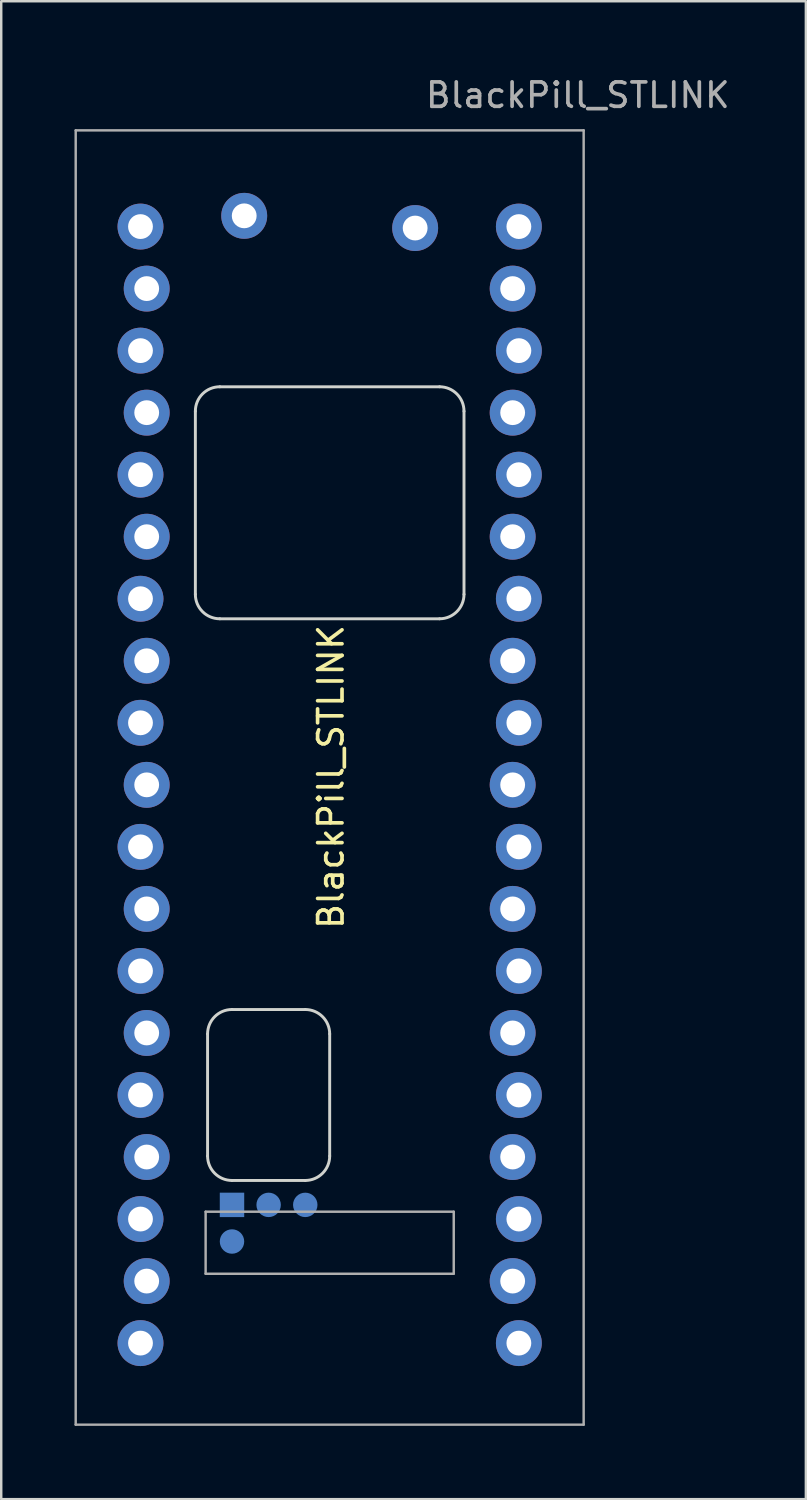
<source format=kicad_pcb>
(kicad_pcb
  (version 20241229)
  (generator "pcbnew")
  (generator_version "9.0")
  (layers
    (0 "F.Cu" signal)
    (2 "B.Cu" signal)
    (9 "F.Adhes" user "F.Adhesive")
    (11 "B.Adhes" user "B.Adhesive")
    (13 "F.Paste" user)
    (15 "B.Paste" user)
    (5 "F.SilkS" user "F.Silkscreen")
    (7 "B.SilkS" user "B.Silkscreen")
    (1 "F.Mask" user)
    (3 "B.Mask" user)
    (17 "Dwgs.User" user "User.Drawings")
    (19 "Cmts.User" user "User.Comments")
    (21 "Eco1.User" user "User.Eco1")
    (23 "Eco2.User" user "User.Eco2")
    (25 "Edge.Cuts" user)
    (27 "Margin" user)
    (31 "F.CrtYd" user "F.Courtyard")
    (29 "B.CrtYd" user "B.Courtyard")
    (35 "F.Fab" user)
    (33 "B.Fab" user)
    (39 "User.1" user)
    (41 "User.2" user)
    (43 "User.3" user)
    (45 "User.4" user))
  (footprint "BlackPill_STLINK"
    (layer "F.Cu")
    (at 10.45 28.788)
    (property "Reference" "BlackPill_STLINK" (at 0.05 -0.025 90) (layer "F.SilkS") (effects (font (size 1 1) (thickness 0.15))))
    (attr through_hole)
    (fp_line (start -5.5 -7.5) (end -5.5 -15) (stroke (width 0.12) (type solid)) (layer "Edge.Cuts"))
    (fp_line (start -5 15.5) (end -5 10.5) (stroke (width 0.12) (type solid)) (layer "Edge.Cuts"))
    (fp_line (start -4.5 -16) (end 4.5 -16) (stroke (width 0.12) (type solid)) (layer "Edge.Cuts"))
    (fp_line (start -4 9.5) (end -1 9.5) (stroke (width 0.12) (type solid)) (layer "Edge.Cuts"))
    (fp_line (start -1 16.5) (end -4 16.5) (stroke (width 0.12) (type solid)) (layer "Edge.Cuts"))
    (fp_line (start 0 10.5) (end 0 15.5) (stroke (width 0.12) (type solid)) (layer "Edge.Cuts"))
    (fp_line (start 4.5 -6.5) (end -4.5 -6.5) (stroke (width 0.12) (type solid)) (layer "Edge.Cuts"))
    (fp_line (start 5.5 -15) (end 5.5 -7.5) (stroke (width 0.12) (type solid)) (layer "Edge.Cuts"))
    (fp_arc (start -5.5 -15) (mid -5.207107 -15.707107) (end -4.5 -16) (stroke (width 0.12) (type solid)) (layer "Edge.Cuts"))
    (fp_arc (start -5 10.5) (mid -4.707107 9.792893) (end -4 9.5) (stroke (width 0.12) (type solid)) (layer "Edge.Cuts"))
    (fp_arc (start -4.5 -6.5) (mid -5.207107 -6.792893) (end -5.5 -7.5) (stroke (width 0.12) (type solid)) (layer "Edge.Cuts"))
    (fp_arc (start -4 16.5) (mid -4.707107 16.207107) (end -5 15.5) (stroke (width 0.12) (type solid)) (layer "Edge.Cuts"))
    (fp_arc (start -1 9.5) (mid -0.292893 9.792893) (end 0 10.5) (stroke (width 0.12) (type solid)) (layer "Edge.Cuts"))
    (fp_arc (start 0 15.5) (mid -0.292893 16.207107) (end -1 16.5) (stroke (width 0.12) (type solid)) (layer "Edge.Cuts"))
    (fp_arc (start 4.5 -16) (mid 5.207107 -15.707107) (end 5.5 -15) (stroke (width 0.12) (type solid)) (layer "Edge.Cuts"))
    (fp_arc (start 5.5 -7.5) (mid 5.207107 -6.792893) (end 4.5 -6.5) (stroke (width 0.12) (type solid)) (layer "Edge.Cuts"))
    (fp_line (start -10.4 -26.5) (end -10.4 26.5) (stroke (width 0.1) (type solid)) (layer "F.Fab"))
    (fp_line (start -10.4 26.5) (end 10.4 26.5) (stroke (width 0.1) (type solid)) (layer "F.Fab"))
    (fp_line (start -5.08 17.78) (end 5.08 17.78) (stroke (width 0.1) (type solid)) (layer "F.Fab"))
    (fp_line (start -5.08 20.32) (end -5.08 17.78) (stroke (width 0.1) (type solid)) (layer "F.Fab"))
    (fp_line (start 5.08 17.78) (end 5.08 20.32) (stroke (width 0.1) (type solid)) (layer "F.Fab"))
    (fp_line (start 5.08 20.32) (end -5.08 20.32) (stroke (width 0.1) (type solid)) (layer "F.Fab"))
    (fp_line (start 10.4 -26.5) (end -10.4 -26.5) (stroke (width 0.1) (type solid)) (layer "F.Fab"))
    (fp_line (start 10.4 26.5) (end 10.4 -26.5) (stroke (width 0.1) (type solid)) (layer "F.Fab"))
    (fp_text user "${REFERENCE}" (at 10.16 -27.94 180) (layer "F.Fab") (effects (font (size 1 1) (thickness 0.15))))
    (pad "1" thru_hole circle (at -3.5 -23 270) (size 1.88 1.88) (drill 1.016) (layers "*.Cu" "*.Mask"))
    (pad "2" thru_hole circle (at -7.747 -22.56 270) (size 1.88 1.88) (drill 1.016) (layers "*.Cu" "*.Mask"))
    (pad "3" thru_hole circle (at -7.493 -20.02 270) (size 1.88 1.88) (drill 1.016) (layers "*.Cu" "*.Mask"))
    (pad "4" thru_hole circle (at -7.747 -17.48 270) (size 1.88 1.88) (drill 1.016) (layers "*.Cu" "*.Mask"))
    (pad "5" thru_hole circle (at -7.493 -14.94 270) (size 1.88 1.88) (drill 1.016) (layers "*.Cu" "*.Mask"))
    (pad "6" thru_hole circle (at -7.747 -12.4 270) (size 1.88 1.88) (drill 1.016) (layers "*.Cu" "*.Mask"))
    (pad "7" thru_hole circle (at -7.493 -9.86 270) (size 1.88 1.88) (drill 1.016) (layers "*.Cu" "*.Mask"))
    (pad "8" thru_hole circle (at -7.747 -7.32 270) (size 1.88 1.88) (drill 1.016) (layers "*.Cu" "*.Mask"))
    (pad "9" thru_hole circle (at -7.493 -4.78 270) (size 1.88 1.88) (drill 1.016) (layers "*.Cu" "*.Mask"))
    (pad "10" thru_hole circle (at -7.747 -2.24 270) (size 1.88 1.88) (drill 1.016) (layers "*.Cu" "*.Mask"))
    (pad "11" thru_hole circle (at -7.493 0.3 270) (size 1.88 1.88) (drill 1.016) (layers "*.Cu" "*.Mask"))
    (pad "12" thru_hole circle (at -7.747 2.84 270) (size 1.88 1.88) (drill 1.016) (layers "*.Cu" "*.Mask"))
    (pad "13" thru_hole circle (at -7.493 5.38 270) (size 1.88 1.88) (drill 1.016) (layers "*.Cu" "*.Mask"))
    (pad "14" thru_hole circle (at -7.747 7.92 270) (size 1.88 1.88) (drill 1.016) (layers "*.Cu" "*.Mask"))
    (pad "15" thru_hole circle (at -7.493 10.46 270) (size 1.88 1.88) (drill 1.016) (layers "*.Cu" "*.Mask"))
    (pad "16" thru_hole circle (at -7.747 13 270) (size 1.88 1.88) (drill 1.016) (layers "*.Cu" "*.Mask"))
    (pad "17" thru_hole circle (at -7.493 15.54 270) (size 1.88 1.88) (drill 1.016) (layers "*.Cu" "*.Mask"))
    (pad "18" thru_hole circle (at -7.747 18.08 270) (size 1.88 1.88) (drill 1.016) (layers "*.Cu" "*.Mask"))
    (pad "19" thru_hole circle (at -7.493 20.62 270) (size 1.88 1.88) (drill 1.016) (layers "*.Cu" "*.Mask"))
    (pad "20" thru_hole circle (at -7.747 23.16 270) (size 1.88 1.88) (drill 1.016) (layers "*.Cu" "*.Mask"))
    (pad "21" thru_hole circle (at 7.747 23.16 90) (size 1.88 1.88) (drill 1.016) (layers "*.Cu" "*.Mask"))
    (pad "22" thru_hole circle (at 7.493 20.62 90) (size 1.88 1.88) (drill 1.016) (layers "*.Cu" "*.Mask"))
    (pad "23" thru_hole circle (at 7.747 18.08 90) (size 1.88 1.88) (drill 1.016) (layers "*.Cu" "*.Mask"))
    (pad "24" thru_hole circle (at 7.493 15.54 90) (size 1.88 1.88) (drill 1.016) (layers "*.Cu" "*.Mask"))
    (pad "25" thru_hole circle (at 7.747 13 90) (size 1.88 1.88) (drill 1.016) (layers "*.Cu" "*.Mask"))
    (pad "26" thru_hole circle (at 7.493 10.46 90) (size 1.88 1.88) (drill 1.016) (layers "*.Cu" "*.Mask"))
    (pad "27" thru_hole circle (at 7.747 7.92 90) (size 1.88 1.88) (drill 1.016) (layers "*.Cu" "*.Mask"))
    (pad "28" thru_hole circle (at 7.493 5.38 90) (size 1.88 1.88) (drill 1.016) (layers "*.Cu" "*.Mask"))
    (pad "29" thru_hole circle (at 7.747 2.84 90) (size 1.88 1.88) (drill 1.016) (layers "*.Cu" "*.Mask"))
    (pad "30" thru_hole circle (at 7.493 0.3 90) (size 1.88 1.88) (drill 1.016) (layers "*.Cu" "*.Mask"))
    (pad "31" thru_hole circle (at 7.747 -2.24 90) (size 1.88 1.88) (drill 1.016) (layers "*.Cu" "*.Mask"))
    (pad "32" thru_hole circle (at 7.493 -4.78 90) (size 1.88 1.88) (drill 1.016) (layers "*.Cu" "*.Mask"))
    (pad "33" thru_hole circle (at 7.747 -7.32 90) (size 1.88 1.88) (drill 1.016) (layers "*.Cu" "*.Mask"))
    (pad "34" thru_hole circle (at 7.493 -9.86 90) (size 1.88 1.88) (drill 1.016) (layers "*.Cu" "*.Mask"))
    (pad "35" thru_hole circle (at 7.747 -12.4 90) (size 1.88 1.88) (drill 1.016) (layers "*.Cu" "*.Mask"))
    (pad "36" thru_hole circle (at 7.493 -14.94 90) (size 1.88 1.88) (drill 1.016) (layers "*.Cu" "*.Mask"))
    (pad "37" thru_hole circle (at 7.747 -17.48 90) (size 1.88 1.88) (drill 1.016) (layers "*.Cu" "*.Mask"))
    (pad "38" thru_hole circle (at 7.493 -20.02 90) (size 1.88 1.88) (drill 1.016) (layers "*.Cu" "*.Mask"))
    (pad "39" thru_hole circle (at 7.747 -22.56 90) (size 1.88 1.88) (drill 1.016) (layers "*.Cu" "*.Mask"))
    (pad "40" thru_hole circle (at 3.5 -22.5 90) (size 1.88 1.88) (drill 1.016) (layers "*.Cu" "*.Mask"))
    (pad "41" smd rect (at -4 17.5 90) (size 1 1) (layers "F.Mask" "B.Cu" "F.Paste"))
    (pad "42" smd circle (at -2.5 17.5 90) (size 1 1) (layers "F.Mask" "B.Cu" "F.Paste"))
    (pad "43" smd circle (at -4 19 90) (size 1 1) (layers "F.Mask" "B.Cu" "F.Paste"))
    (pad "44" smd circle (at -1 17.5 90) (size 1 1) (layers "F.Mask" "B.Cu" "F.Paste")))
  (gr_rect
    (start -3 -3)
    (end 29.949 58.338)
    (stroke (width 0.1) (type default))
    (fill no)
    (layer "Edge.Cuts")))
</source>
